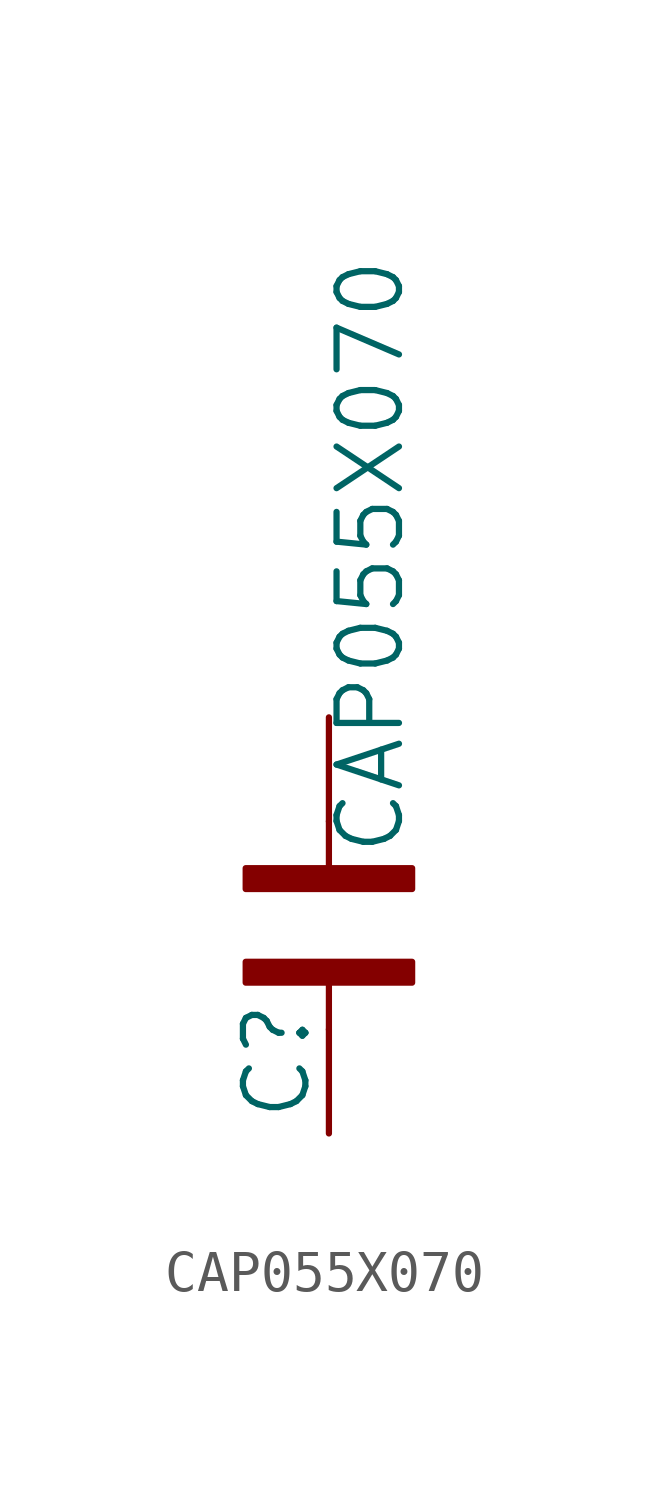
<source format=kicad_sym>
(kicad_symbol_lib
  (version 20211014)
  (generator kicad_symbol_editor)
  (symbol "CAP055X070"
    (property "Reference" "C"
      (at -0.381 -4.826 90)
      (effects (font (size 1.524 1.524)) (justify left bottom)))
    (property "Value" "CAP055X070"
      (at 1.905 1.651 90)
      (effects (font (size 1.524 1.524)) (justify left bottom)))
    (property "ki_locked" ""
      (at 0 0 0)
      (effects (font (size 1.27 1.27))))
    (symbol "CAP055X070_1_0"
      (rectangle (start -2.032 -1.397) (end 2.032 -0.889) (stroke (width 0) (type default) (color 0 0 0 0)) (fill (type outline)))
      (rectangle (start -2.032 0.889) (end 2.032 1.397) (stroke (width 0) (type default) (color 0 0 0 0)) (fill (type outline)))
      (polyline (pts (xy 0 -2.54) (xy 0 -1.397)) (stroke (width 0.152) (type default) (color 0 0 0 0)) (fill (type none)))
      (polyline (pts (xy 0 2.54) (xy 0 1.397)) (stroke (width 0.152) (type default) (color 0 0 0 0)) (fill (type none)))
      (pin passive line (at 0 5.08 270) (length 2.54) (name "1" (effects (font (size 0 0)))) (number "1" (effects (font (size 0 0)))))
      (pin passive line (at 0 -5.08 90) (length 2.54) (name "2" (effects (font (size 0 0)))) (number "2" (effects (font (size 0 0))))))))
</source>
